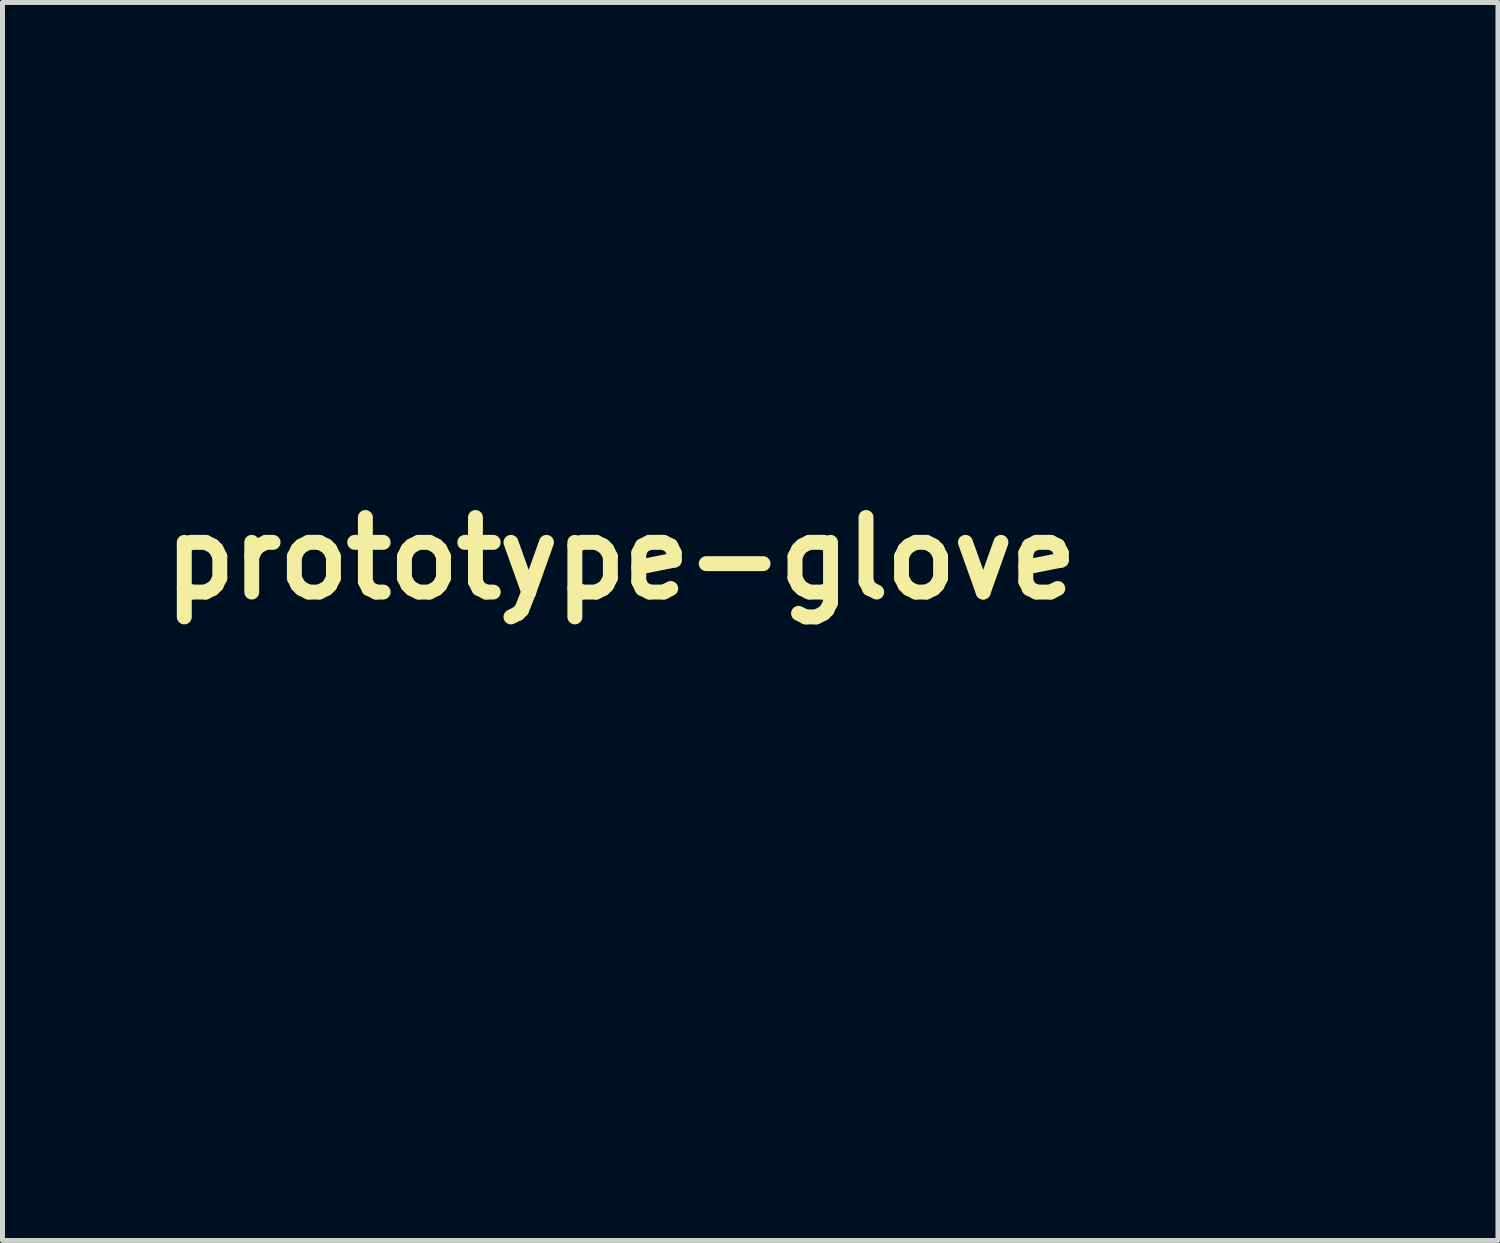
<source format=kicad_pcb>
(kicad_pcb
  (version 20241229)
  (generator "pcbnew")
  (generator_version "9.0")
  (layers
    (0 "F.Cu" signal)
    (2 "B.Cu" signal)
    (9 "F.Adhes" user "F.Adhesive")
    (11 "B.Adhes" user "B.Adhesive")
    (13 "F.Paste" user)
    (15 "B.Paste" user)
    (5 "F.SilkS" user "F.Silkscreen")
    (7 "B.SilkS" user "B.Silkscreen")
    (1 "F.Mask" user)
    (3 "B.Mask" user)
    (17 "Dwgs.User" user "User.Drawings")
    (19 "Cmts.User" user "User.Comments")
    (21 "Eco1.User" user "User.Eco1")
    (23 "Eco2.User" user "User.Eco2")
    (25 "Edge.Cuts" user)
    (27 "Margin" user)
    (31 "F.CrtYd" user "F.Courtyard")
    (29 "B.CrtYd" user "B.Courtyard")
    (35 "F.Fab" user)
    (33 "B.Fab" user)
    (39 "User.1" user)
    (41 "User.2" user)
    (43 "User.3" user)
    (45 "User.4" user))
  (footprint "prototype-glove"
    (layer "F.Cu")
    (at 15.043 9.582)
    (property "Reference" "prototype-glove" (at -5.6 -1.4 0) (layer "F.SilkS") (effects (font (size 1.5 1.5) (thickness 0.3))))
    (attr board_only exclude_from_pos_files exclude_from_bom)
    (fp_poly (pts (xy 1.008 -9.574) (xy 1.07 -9.554) (xy 1.16 -9.524) (xy 1.27 -9.485) (xy 1.369 -9.45) (xy 1.505 -9.401) (xy 1.604 -9.363) (xy 1.673 -9.334) (xy 1.716 -9.31) (xy 1.741 -9.288) (xy 1.752 -9.266) (xy 1.753 -9.265) (xy 1.757 -9.237) (xy 1.766 -9.167) (xy 1.78 -9.057) (xy 1.799 -8.91) (xy 1.821 -8.727) (xy 1.848 -8.512) (xy 1.878 -8.266) (xy 1.911 -7.992) (xy 1.947 -7.692) (xy 1.986 -7.369) (xy 2.027 -7.024) (xy 2.071 -6.661) (xy 2.116 -6.282) (xy 2.163 -5.888) (xy 2.211 -5.483) (xy 2.212 -5.475) (xy 2.26 -5.07) (xy 2.306 -4.678) (xy 2.352 -4.299) (xy 2.395 -3.938) (xy 2.436 -3.595) (xy 2.475 -3.274) (xy 2.511 -2.977) (xy 2.544 -2.705) (xy 2.574 -2.462) (xy 2.6 -2.249) (xy 2.622 -2.069) (xy 2.641 -1.924) (xy 2.654 -1.817) (xy 2.664 -1.75) (xy 2.668 -1.725) (xy 2.668 -1.725) (xy 2.692 -1.721) (xy 2.753 -1.715) (xy 2.846 -1.707) (xy 2.962 -1.698) (xy 3.095 -1.689) (xy 3.238 -1.68) (xy 3.385 -1.671) (xy 3.527 -1.662) (xy 3.659 -1.655) (xy 3.773 -1.649) (xy 3.862 -1.645) (xy 3.92 -1.644) (xy 3.939 -1.645) (xy 3.941 -1.668) (xy 3.944 -1.732) (xy 3.948 -1.836) (xy 3.953 -1.974) (xy 3.96 -2.145) (xy 3.967 -2.344) (xy 3.975 -2.57) (xy 3.984 -2.818) (xy 3.993 -3.085) (xy 4.003 -3.369) (xy 4.013 -3.666) (xy 4.023 -3.973) (xy 4.034 -4.286) (xy 4.045 -4.603) (xy 4.055 -4.921) (xy 4.066 -5.236) (xy 4.076 -5.544) (xy 4.086 -5.844) (xy 4.096 -6.132) (xy 4.105 -6.404) (xy 4.113 -6.657) (xy 4.12 -6.889) (xy 4.127 -7.096) (xy 4.132 -7.274) (xy 4.137 -7.421) (xy 4.14 -7.534) (xy 4.142 -7.609) (xy 4.142 -7.644) (xy 4.142 -7.646) (xy 4.122 -7.636) (xy 4.068 -7.603) (xy 3.984 -7.551) (xy 3.874 -7.482) (xy 3.74 -7.397) (xy 3.588 -7.3) (xy 3.42 -7.193) (xy 3.245 -7.08) (xy 3.065 -6.964) (xy 2.896 -6.855) (xy 2.742 -6.756) (xy 2.606 -6.669) (xy 2.493 -6.597) (xy 2.406 -6.543) (xy 2.35 -6.508) (xy 2.328 -6.495) (xy 2.315 -6.503) (xy 2.299 -6.539) (xy 2.278 -6.607) (xy 2.252 -6.709) (xy 2.219 -6.849) (xy 2.19 -6.98) (xy 2.16 -7.123) (xy 2.135 -7.252) (xy 2.116 -7.359) (xy 2.104 -7.439) (xy 2.1 -7.485) (xy 2.101 -7.493) (xy 2.122 -7.509) (xy 2.175 -7.55) (xy 2.258 -7.614) (xy 2.367 -7.697) (xy 2.498 -7.799) (xy 2.65 -7.915) (xy 2.818 -8.044) (xy 3 -8.183) (xy 3.183 -8.323) (xy 4.245 -9.137) (xy 4.72 -9.064) (xy 4.861 -9.042) (xy 4.987 -9.021) (xy 5.092 -9.002) (xy 5.168 -8.987) (xy 5.209 -8.977) (xy 5.213 -8.974) (xy 5.216 -8.95) (xy 5.217 -8.884) (xy 5.217 -8.779) (xy 5.216 -8.638) (xy 5.214 -8.464) (xy 5.212 -8.261) (xy 5.208 -8.031) (xy 5.204 -7.777) (xy 5.2 -7.502) (xy 5.194 -7.21) (xy 5.189 -6.903) (xy 5.182 -6.584) (xy 5.176 -6.257) (xy 5.169 -5.924) (xy 5.162 -5.588) (xy 5.154 -5.253) (xy 5.147 -4.921) (xy 5.139 -4.595) (xy 5.132 -4.279) (xy 5.124 -3.976) (xy 5.117 -3.687) (xy 5.11 -3.418) (xy 5.103 -3.17) (xy 5.096 -2.946) (xy 5.09 -2.75) (xy 5.084 -2.584) (xy 5.08 -2.483) (xy 5.072 -2.296) (xy 5.065 -2.122) (xy 5.059 -1.969) (xy 5.055 -1.84) (xy 5.052 -1.74) (xy 5.051 -1.675) (xy 5.052 -1.65) (xy 5.052 -1.65) (xy 5.076 -1.647) (xy 5.138 -1.643) (xy 5.232 -1.638) (xy 5.351 -1.633) (xy 5.489 -1.628) (xy 5.638 -1.622) (xy 5.793 -1.617) (xy 5.947 -1.612) (xy 6.093 -1.608) (xy 6.225 -1.605) (xy 6.336 -1.602) (xy 6.419 -1.601) (xy 6.469 -1.602) (xy 6.479 -1.603) (xy 6.481 -1.627) (xy 6.48 -1.69) (xy 6.477 -1.788) (xy 6.473 -1.915) (xy 6.467 -2.066) (xy 6.46 -2.235) (xy 6.453 -2.372) (xy 6.417 -3.131) (xy 6.986 -4.443) (xy 7.085 -4.672) (xy 7.178 -4.888) (xy 7.263 -5.088) (xy 7.34 -5.268) (xy 7.406 -5.426) (xy 7.461 -5.558) (xy 7.502 -5.659) (xy 7.529 -5.728) (xy 7.54 -5.76) (xy 7.54 -5.762) (xy 7.516 -5.756) (xy 7.454 -5.737) (xy 7.36 -5.707) (xy 7.237 -5.667) (xy 7.091 -5.619) (xy 6.927 -5.564) (xy 6.748 -5.503) (xy 6.736 -5.499) (xy 5.948 -5.231) (xy 5.767 -5.692) (xy 5.714 -5.827) (xy 5.668 -5.949) (xy 5.631 -6.05) (xy 5.605 -6.126) (xy 5.593 -6.168) (xy 5.592 -6.175) (xy 5.614 -6.187) (xy 5.674 -6.213) (xy 5.77 -6.252) (xy 5.897 -6.302) (xy 6.052 -6.363) (xy 6.231 -6.433) (xy 6.432 -6.51) (xy 6.65 -6.594) (xy 6.883 -6.683) (xy 6.993 -6.724) (xy 8.387 -7.252) (xy 8.709 -7.056) (xy 8.816 -6.991) (xy 8.909 -6.935) (xy 8.981 -6.891) (xy 9.025 -6.863) (xy 9.037 -6.856) (xy 9.03 -6.835) (xy 9.006 -6.775) (xy 8.967 -6.68) (xy 8.914 -6.553) (xy 8.849 -6.395) (xy 8.772 -6.211) (xy 8.685 -6.002) (xy 8.589 -5.773) (xy 8.485 -5.525) (xy 8.375 -5.261) (xy 8.259 -4.986) (xy 8.238 -4.934) (xy 7.432 -3.018) (xy 7.417 -2.297) (xy 7.402 -1.576) (xy 7.65 -1.56) (xy 7.75 -1.552) (xy 7.83 -1.543) (xy 7.883 -1.535) (xy 7.898 -1.529) (xy 7.9 -1.505) (xy 7.904 -1.439) (xy 7.91 -1.337) (xy 7.918 -1.2) (xy 7.927 -1.034) (xy 7.939 -0.841) (xy 7.951 -0.626) (xy 7.965 -0.392) (xy 7.98 -0.143) (xy 7.988 -0.011) (xy 8.003 0.251) (xy 8.018 0.506) (xy 8.032 0.749) (xy 8.044 0.975) (xy 8.054 1.18) (xy 8.063 1.359) (xy 8.07 1.508) (xy 8.075 1.624) (xy 8.077 1.7) (xy 8.078 1.717) (xy 8.078 1.942) (xy 7.994 1.937) (xy 7.949 1.935) (xy 7.865 1.932) (xy 7.742 1.928) (xy 7.584 1.924) (xy 7.394 1.918) (xy 7.174 1.913) (xy 6.927 1.906) (xy 6.657 1.899) (xy 6.365 1.892) (xy 6.055 1.884) (xy 5.729 1.876) (xy 5.39 1.868) (xy 5.041 1.86) (xy 4.685 1.851) (xy 4.324 1.842) (xy 3.961 1.834) (xy 3.6 1.825) (xy 3.242 1.817) (xy 2.891 1.809) (xy 2.549 1.801) (xy 2.22 1.794) (xy 1.905 1.787) (xy 1.608 1.78) (xy 1.332 1.774) (xy 1.079 1.769) (xy 0.852 1.764) (xy 0.654 1.76) (xy 0.487 1.757) (xy 0.355 1.754) (xy 0.26 1.753) (xy 0.205 1.752) (xy 0.192 1.753) (xy 0.191 1.776) (xy 0.19 1.842) (xy 0.19 1.948) (xy 0.19 2.091) (xy 0.191 2.27) (xy 0.192 2.482) (xy 0.194 2.725) (xy 0.196 2.995) (xy 0.198 3.291) (xy 0.201 3.611) (xy 0.204 3.951) (xy 0.207 4.31) (xy 0.21 4.685) (xy 0.214 5.074) (xy 0.217 5.325) (xy 0.221 5.722) (xy 0.225 6.106) (xy 0.228 6.475) (xy 0.231 6.827) (xy 0.234 7.16) (xy 0.237 7.471) (xy 0.239 7.758) (xy 0.24 8.019) (xy 0.242 8.25) (xy 0.243 8.45) (xy 0.244 8.616) (xy 0.244 8.746) (xy 0.243 8.838) (xy 0.243 8.888) (xy 0.242 8.898) (xy 0.218 8.902) (xy 0.154 8.909) (xy 0.053 8.919) (xy -0.079 8.932) (xy -0.239 8.946) (xy -0.423 8.963) (xy -0.625 8.98) (xy -0.842 8.998) (xy -0.892 9.003) (xy -2.014 9.096) (xy -3.09 8.598) (xy -3.296 8.503) (xy -3.491 8.414) (xy -3.669 8.332) (xy -3.828 8.26) (xy -3.963 8.2) (xy -4.071 8.152) (xy -4.148 8.119) (xy -4.189 8.102) (xy -4.196 8.1) (xy -4.219 8.106) (xy -4.283 8.124) (xy -4.382 8.151) (xy -4.513 8.188) (xy -4.674 8.234) (xy -4.86 8.287) (xy -5.068 8.345) (xy -5.294 8.41) (xy -5.534 8.478) (xy -5.786 8.55) (xy -6.045 8.624) (xy -6.308 8.699) (xy -6.571 8.774) (xy -6.831 8.849) (xy -7.085 8.921) (xy -7.328 8.991) (xy -7.557 9.057) (xy -7.769 9.118) (xy -7.96 9.173) (xy -8.126 9.221) (xy -8.264 9.261) (xy -8.371 9.292) (xy -8.442 9.313) (xy -8.472 9.322) (xy -8.492 9.307) (xy -8.526 9.26) (xy -8.567 9.189) (xy -8.589 9.147) (xy -8.627 9.073) (xy -8.681 8.968) (xy -8.747 8.84) (xy -8.82 8.698) (xy -8.896 8.552) (xy -8.928 8.491) (xy -9.174 8.018) (xy -7.93 6.486) (xy -7.745 6.258) (xy -7.569 6.04) (xy -7.403 5.835) (xy -7.249 5.644) (xy -7.109 5.471) (xy -6.986 5.319) (xy -6.881 5.189) (xy -6.797 5.084) (xy -6.735 5.006) (xy -6.698 4.959) (xy -6.687 4.944) (xy -6.701 4.942) (xy -6.703 4.943) (xy -6.727 4.956) (xy -6.784 4.988) (xy -6.872 5.035) (xy -6.984 5.097) (xy -7.116 5.169) (xy -7.264 5.249) (xy -7.348 5.295) (xy -7.506 5.381) (xy -7.654 5.462) (xy -7.788 5.535) (xy -7.901 5.596) (xy -7.989 5.644) (xy -8.045 5.675) (xy -8.059 5.682) (xy -8.141 5.728) (xy -8.536 5.485) (xy -8.654 5.411) (xy -8.758 5.345) (xy -8.843 5.289) (xy -8.902 5.247) (xy -8.929 5.224) (xy -8.93 5.221) (xy -8.924 5.197) (xy -8.906 5.134) (xy -8.878 5.035) (xy -8.841 4.906) (xy -8.795 4.748) (xy -8.742 4.567) (xy -8.684 4.367) (xy -8.62 4.15) (xy -8.553 3.921) (xy -8.483 3.684) (xy -8.412 3.443) (xy -8.341 3.201) (xy -8.271 2.962) (xy -8.203 2.731) (xy -8.137 2.51) (xy -8.076 2.304) (xy -8.021 2.118) (xy -7.972 1.953) (xy -7.931 1.815) (xy -7.898 1.708) (xy -7.876 1.635) (xy -7.865 1.599) (xy -7.864 1.596) (xy -7.843 1.605) (xy -7.79 1.632) (xy -7.71 1.675) (xy -7.609 1.73) (xy -7.493 1.793) (xy -7.368 1.862) (xy -7.241 1.933) (xy -7.117 2.002) (xy -7.002 2.067) (xy -6.903 2.124) (xy -6.825 2.169) (xy -6.807 2.179) (xy -6.737 2.221) (xy -7.06 3.209) (xy -7.125 3.41) (xy -7.186 3.598) (xy -7.242 3.769) (xy -7.29 3.917) (xy -7.329 4.04) (xy -7.359 4.133) (xy -7.377 4.19) (xy -7.382 4.209) (xy -7.363 4.202) (xy -7.308 4.177) (xy -7.222 4.136) (xy -7.109 4.08) (xy -6.974 4.013) (xy -6.82 3.936) (xy -6.653 3.851) (xy -6.629 3.839) (xy -5.876 3.456) (xy -5.137 3.82) (xy -4.398 4.185) (xy -5.745 5.843) (xy -5.937 6.08) (xy -6.121 6.307) (xy -6.295 6.522) (xy -6.456 6.722) (xy -6.604 6.905) (xy -6.735 7.068) (xy -6.849 7.209) (xy -6.942 7.326) (xy -7.014 7.416) (xy -7.061 7.476) (xy -7.083 7.505) (xy -7.085 7.508) (xy -7.063 7.502) (xy -7.002 7.484) (xy -6.905 7.454) (xy -6.777 7.413) (xy -6.62 7.363) (xy -6.439 7.305) (xy -6.236 7.24) (xy -6.015 7.169) (xy -5.781 7.093) (xy -5.699 7.066) (xy -5.457 6.988) (xy -5.226 6.914) (xy -5.01 6.844) (xy -4.812 6.78) (xy -4.636 6.724) (xy -4.486 6.676) (xy -4.366 6.638) (xy -4.28 6.611) (xy -4.232 6.596) (xy -4.226 6.595) (xy -4.205 6.59) (xy -4.184 6.587) (xy -4.16 6.588) (xy -4.128 6.594) (xy -4.086 6.607) (xy -4.03 6.628) (xy -3.957 6.659) (xy -3.863 6.7) (xy -3.745 6.754) (xy -3.598 6.821) (xy -3.421 6.904) (xy -3.209 7.003) (xy -3.028 7.088) (xy -2.768 7.21) (xy -2.547 7.312) (xy -2.36 7.398) (xy -2.206 7.467) (xy -2.083 7.52) (xy -1.987 7.56) (xy -1.916 7.586) (xy -1.868 7.601) (xy -1.842 7.605) (xy -1.789 7.601) (xy -1.702 7.592) (xy -1.596 7.58) (xy -1.481 7.565) (xy -1.2 7.527) (xy -1.206 3.534) (xy -1.206 3.102) (xy -1.207 2.676) (xy -1.208 2.258) (xy -1.209 1.851) (xy -1.21 1.457) (xy -1.211 1.081) (xy -1.213 0.723) (xy -1.214 0.387) (xy -1.215 0.076) (xy -1.217 -0.207) (xy -1.218 -0.46) (xy -1.22 -0.679) (xy -1.221 -0.863) (xy -1.223 -1.008) (xy -1.224 -1.111) (xy -1.225 -1.128) (xy -1.238 -1.795) (xy -1.001 -1.795) (xy -0.903 -1.796) (xy -0.825 -1.798) (xy -0.776 -1.802) (xy -0.763 -1.805) (xy -0.77 -1.828) (xy -0.791 -1.891) (xy -0.824 -1.989) (xy -0.87 -2.121) (xy -0.925 -2.283) (xy -0.99 -2.471) (xy -1.063 -2.683) (xy -1.143 -2.915) (xy -1.23 -3.165) (xy -1.321 -3.429) (xy -1.417 -3.705) (xy -1.515 -3.988) (xy -1.615 -4.277) (xy -1.716 -4.567) (xy -1.816 -4.856) (xy -1.915 -5.141) (xy -2.012 -5.418) (xy -2.105 -5.685) (xy -2.193 -5.938) (xy -2.275 -6.174) (xy -2.351 -6.39) (xy -2.418 -6.583) (xy -2.477 -6.75) (xy -2.525 -6.888) (xy -2.563 -6.993) (xy -2.588 -7.063) (xy -2.599 -7.094) (xy -2.6 -7.095) (xy -2.616 -7.081) (xy -2.654 -7.034) (xy -2.713 -6.958) (xy -2.79 -6.856) (xy -2.88 -6.733) (xy -2.983 -6.592) (xy -3.094 -6.437) (xy -3.134 -6.381) (xy -3.654 -5.651) (xy -3.93 -5.969) (xy -4.018 -6.07) (xy -4.095 -6.159) (xy -4.156 -6.232) (xy -4.197 -6.282) (xy -4.214 -6.304) (xy -4.214 -6.304) (xy -4.205 -6.326) (xy -4.178 -6.384) (xy -4.136 -6.474) (xy -4.079 -6.592) (xy -4.011 -6.734) (xy -3.932 -6.895) (xy -3.846 -7.073) (xy -3.753 -7.263) (xy -3.657 -7.46) (xy -3.559 -7.66) (xy -3.461 -7.86) (xy -3.364 -8.056) (xy -3.272 -8.243) (xy -3.186 -8.418) (xy -3.108 -8.575) (xy -3.039 -8.712) (xy -2.983 -8.824) (xy -2.941 -8.907) (xy -2.914 -8.957) (xy -2.906 -8.971) (xy -2.882 -8.972) (xy -2.822 -8.97) (xy -2.734 -8.964) (xy -2.628 -8.956) (xy -2.513 -8.946) (xy -2.396 -8.936) (xy -2.288 -8.926) (xy -2.196 -8.916) (xy -2.129 -8.907) (xy -2.096 -8.901) (xy -2.094 -8.9) (xy -2.086 -8.878) (xy -2.063 -8.816) (xy -2.028 -8.716) (xy -1.979 -8.58) (xy -1.92 -8.411) (xy -1.849 -8.21) (xy -1.768 -7.98) (xy -1.677 -7.723) (xy -1.578 -7.441) (xy -1.472 -7.137) (xy -1.358 -6.812) (xy -1.237 -6.469) (xy -1.111 -6.11) (xy -0.981 -5.737) (xy -0.846 -5.352) (xy -0.837 -5.326) (xy -0.702 -4.941) (xy -0.572 -4.567) (xy -0.446 -4.207) (xy -0.325 -3.863) (xy -0.211 -3.537) (xy -0.104 -3.232) (xy -0.005 -2.948) (xy 0.086 -2.69) (xy 0.167 -2.459) (xy 0.238 -2.256) (xy 0.298 -2.085) (xy 0.346 -1.947) (xy 0.382 -1.845) (xy 0.405 -1.781) (xy 0.414 -1.756) (xy 0.414 -1.756) (xy 0.437 -1.754) (xy 0.497 -1.75) (xy 0.587 -1.745) (xy 0.699 -1.74) (xy 0.826 -1.735) (xy 0.961 -1.73) (xy 1.095 -1.726) (xy 1.222 -1.722) (xy 1.333 -1.718) (xy 1.421 -1.716) (xy 1.479 -1.716) (xy 1.5 -1.717) (xy 1.498 -1.74) (xy 1.491 -1.804) (xy 1.48 -1.907) (xy 1.464 -2.044) (xy 1.444 -2.214) (xy 1.42 -2.412) (xy 1.393 -2.636) (xy 1.363 -2.883) (xy 1.33 -3.149) (xy 1.296 -3.432) (xy 1.259 -3.727) (xy 1.222 -4.033) (xy 1.183 -4.346) (xy 1.144 -4.662) (xy 1.105 -4.979) (xy 1.066 -5.293) (xy 1.027 -5.602) (xy 0.99 -5.902) (xy 0.954 -6.19) (xy 0.92 -6.463) (xy 0.887 -6.718) (xy 0.858 -6.952) (xy 0.831 -7.161) (xy 0.808 -7.343) (xy 0.788 -7.494) (xy 0.773 -7.611) (xy 0.762 -7.691) (xy 0.756 -7.73) (xy 0.755 -7.734) (xy 0.735 -7.724) (xy 0.683 -7.69) (xy 0.603 -7.634) (xy 0.499 -7.56) (xy 0.375 -7.471) (xy 0.235 -7.369) (xy 0.083 -7.257) (xy 0.057 -7.238) (xy -0.097 -7.124) (xy -0.241 -7.019) (xy -0.369 -6.926) (xy -0.478 -6.847) (xy -0.564 -6.785) (xy -0.622 -6.744) (xy -0.649 -6.726) (xy -0.651 -6.726) (xy -0.67 -6.74) (xy -0.712 -6.783) (xy -0.773 -6.847) (xy -0.845 -6.926) (xy -0.925 -7.015) (xy -1.006 -7.106) (xy -1.082 -7.194) (xy -1.148 -7.272) (xy -1.199 -7.334) (xy -1.229 -7.373) (xy -1.234 -7.383) (xy -1.218 -7.402) (xy -1.174 -7.449) (xy -1.104 -7.521) (xy -1.012 -7.615) (xy -0.899 -7.728) (xy -0.771 -7.857) (xy -0.63 -7.998) (xy -0.478 -8.15) (xy -0.32 -8.308) (xy -0.157 -8.469) (xy 0.005 -8.63) (xy 0.165 -8.789) (xy 0.32 -8.941) (xy 0.466 -9.085) (xy 0.599 -9.216) (xy 0.718 -9.332) (xy 0.818 -9.429) (xy 0.897 -9.505) (xy 0.951 -9.557) (xy 0.978 -9.58) (xy 0.98 -9.581)) (stroke (width 0) (type solid)) (fill yes) (layer "F.Mask"))
    (fp_poly (pts (xy 1.011 -9.575) (xy 1.074 -9.555) (xy 1.164 -9.524) (xy 1.274 -9.486) (xy 1.373 -9.451) (xy 1.509 -9.402) (xy 1.608 -9.364) (xy 1.676 -9.334) (xy 1.72 -9.31) (xy 1.745 -9.289) (xy 1.756 -9.267) (xy 1.756 -9.266) (xy 1.761 -9.238) (xy 1.77 -9.168) (xy 1.784 -9.058) (xy 1.803 -8.91) (xy 1.825 -8.728) (xy 1.852 -8.512) (xy 1.881 -8.266) (xy 1.915 -7.992) (xy 1.951 -7.693) (xy 1.99 -7.369) (xy 2.031 -7.025) (xy 2.074 -6.662) (xy 2.12 -6.282) (xy 2.166 -5.889) (xy 2.215 -5.484) (xy 2.215 -5.476) (xy 2.264 -5.071) (xy 2.31 -4.678) (xy 2.355 -4.3) (xy 2.399 -3.939) (xy 2.44 -3.596) (xy 2.479 -3.275) (xy 2.515 -2.977) (xy 2.548 -2.706) (xy 2.577 -2.462) (xy 2.604 -2.249) (xy 2.626 -2.07) (xy 2.644 -1.925) (xy 2.658 -1.818) (xy 2.667 -1.75) (xy 2.672 -1.725) (xy 2.672 -1.725) (xy 2.696 -1.721) (xy 2.757 -1.715) (xy 2.85 -1.708) (xy 2.966 -1.699) (xy 3.099 -1.69) (xy 3.242 -1.681) (xy 3.388 -1.671) (xy 3.531 -1.663) (xy 3.663 -1.655) (xy 3.777 -1.65) (xy 3.866 -1.646) (xy 3.924 -1.644) (xy 3.943 -1.645) (xy 3.945 -1.668) (xy 3.948 -1.733) (xy 3.952 -1.836) (xy 3.957 -1.975) (xy 3.963 -2.145) (xy 3.971 -2.345) (xy 3.979 -2.57) (xy 3.987 -2.818) (xy 3.997 -3.086) (xy 4.006 -3.37) (xy 4.017 -3.666) (xy 4.027 -3.973) (xy 4.038 -4.287) (xy 4.049 -4.604) (xy 4.059 -4.921) (xy 4.07 -5.236) (xy 4.08 -5.545) (xy 4.09 -5.845) (xy 4.099 -6.132) (xy 4.108 -6.404) (xy 4.116 -6.658) (xy 4.124 -6.889) (xy 4.13 -7.096) (xy 4.136 -7.275) (xy 4.14 -7.422) (xy 4.143 -7.535) (xy 4.145 -7.61) (xy 4.146 -7.644) (xy 4.146 -7.646) (xy 4.126 -7.636) (xy 4.072 -7.604) (xy 3.988 -7.552) (xy 3.877 -7.483) (xy 3.744 -7.398) (xy 3.592 -7.301) (xy 3.424 -7.193) (xy 3.249 -7.081) (xy 3.069 -6.964) (xy 2.9 -6.856) (xy 2.746 -6.757) (xy 2.61 -6.67) (xy 2.497 -6.598) (xy 2.41 -6.543) (xy 2.354 -6.508) (xy 2.331 -6.495) (xy 2.319 -6.504) (xy 2.302 -6.54) (xy 2.282 -6.607) (xy 2.256 -6.709) (xy 2.223 -6.85) (xy 2.194 -6.981) (xy 2.164 -7.124) (xy 2.139 -7.253) (xy 2.119 -7.36) (xy 2.107 -7.44) (xy 2.103 -7.485) (xy 2.105 -7.494) (xy 2.126 -7.51) (xy 2.179 -7.551) (xy 2.262 -7.615) (xy 2.37 -7.698) (xy 2.502 -7.799) (xy 2.654 -7.916) (xy 2.822 -8.045) (xy 3.003 -8.184) (xy 3.186 -8.324) (xy 4.249 -9.138) (xy 4.723 -9.065) (xy 4.865 -9.043) (xy 4.991 -9.021) (xy 5.096 -9.003) (xy 5.172 -8.988) (xy 5.212 -8.977) (xy 5.217 -8.975) (xy 5.219 -8.951) (xy 5.22 -8.885) (xy 5.221 -8.78) (xy 5.22 -8.639) (xy 5.218 -8.465) (xy 5.215 -8.262) (xy 5.212 -8.031) (xy 5.208 -7.778) (xy 5.203 -7.503) (xy 5.198 -7.211) (xy 5.192 -6.903) (xy 5.186 -6.585) (xy 5.18 -6.257) (xy 5.173 -5.924) (xy 5.166 -5.589) (xy 5.158 -5.253) (xy 5.151 -4.921) (xy 5.143 -4.596) (xy 5.136 -4.28) (xy 5.128 -3.976) (xy 5.121 -3.688) (xy 5.113 -3.418) (xy 5.106 -3.17) (xy 5.1 -2.947) (xy 5.093 -2.75) (xy 5.088 -2.585) (xy 5.083 -2.484) (xy 5.076 -2.296) (xy 5.069 -2.123) (xy 5.063 -1.969) (xy 5.059 -1.84) (xy 5.056 -1.741) (xy 5.055 -1.676) (xy 5.056 -1.651) (xy 5.056 -1.651) (xy 5.08 -1.648) (xy 5.142 -1.644) (xy 5.236 -1.639) (xy 5.355 -1.634) (xy 5.492 -1.628) (xy 5.642 -1.623) (xy 5.797 -1.618) (xy 5.951 -1.613) (xy 6.097 -1.609) (xy 6.228 -1.605) (xy 6.339 -1.603) (xy 6.423 -1.602) (xy 6.472 -1.602) (xy 6.483 -1.604) (xy 6.484 -1.627) (xy 6.484 -1.691) (xy 6.481 -1.789) (xy 6.477 -1.916) (xy 6.471 -2.066) (xy 6.463 -2.236) (xy 6.457 -2.373) (xy 6.421 -3.132) (xy 6.99 -4.444) (xy 7.089 -4.672) (xy 7.181 -4.888) (xy 7.267 -5.088) (xy 7.343 -5.269) (xy 7.41 -5.427) (xy 7.464 -5.558) (xy 7.506 -5.66) (xy 7.533 -5.729) (xy 7.543 -5.76) (xy 7.543 -5.762) (xy 7.519 -5.757) (xy 7.458 -5.738) (xy 7.363 -5.708) (xy 7.241 -5.668) (xy 7.095 -5.62) (xy 6.93 -5.564) (xy 6.752 -5.504) (xy 6.74 -5.5) (xy 5.952 -5.231) (xy 5.77 -5.693) (xy 5.718 -5.828) (xy 5.672 -5.949) (xy 5.635 -6.051) (xy 5.609 -6.126) (xy 5.597 -6.169) (xy 5.596 -6.176) (xy 5.618 -6.187) (xy 5.678 -6.213) (xy 5.773 -6.252) (xy 5.9 -6.303) (xy 6.055 -6.364) (xy 6.235 -6.434) (xy 6.436 -6.511) (xy 6.654 -6.595) (xy 6.887 -6.683) (xy 6.997 -6.725) (xy 8.391 -7.252) (xy 8.713 -7.057) (xy 8.82 -6.992) (xy 8.912 -6.936) (xy 8.984 -6.892) (xy 9.029 -6.864) (xy 9.041 -6.856) (xy 9.033 -6.835) (xy 9.009 -6.776) (xy 8.971 -6.681) (xy 8.918 -6.553) (xy 8.853 -6.396) (xy 8.776 -6.211) (xy 8.689 -6.003) (xy 8.593 -5.773) (xy 8.489 -5.525) (xy 8.379 -5.262) (xy 8.263 -4.986) (xy 8.241 -4.935) (xy 7.436 -3.019) (xy 7.421 -2.297) (xy 7.406 -1.576) (xy 7.654 -1.56) (xy 7.753 -1.552) (xy 7.834 -1.544) (xy 7.886 -1.536) (xy 7.902 -1.53) (xy 7.903 -1.505) (xy 7.907 -1.44) (xy 7.913 -1.337) (xy 7.921 -1.201) (xy 7.931 -1.034) (xy 7.942 -0.842) (xy 7.955 -0.627) (xy 7.969 -0.392) (xy 7.984 -0.143) (xy 7.992 -0.012) (xy 8.007 0.251) (xy 8.022 0.506) (xy 8.035 0.748) (xy 8.047 0.974) (xy 8.058 1.179) (xy 8.067 1.358) (xy 8.074 1.508) (xy 8.079 1.623) (xy 8.081 1.699) (xy 8.081 1.716) (xy 8.081 1.941) (xy 7.997 1.936) (xy 7.953 1.934) (xy 7.868 1.931) (xy 7.746 1.927) (xy 7.588 1.923) (xy 7.397 1.918) (xy 7.178 1.912) (xy 6.931 1.906) (xy 6.66 1.899) (xy 6.369 1.891) (xy 6.058 1.884) (xy 5.732 1.876) (xy 5.394 1.867) (xy 5.045 1.859) (xy 4.688 1.85) (xy 4.328 1.842) (xy 3.965 1.833) (xy 3.604 1.825) (xy 3.246 1.816) (xy 2.895 1.808) (xy 2.553 1.8) (xy 2.224 1.793) (xy 1.909 1.786) (xy 1.612 1.779) (xy 1.336 1.773) (xy 1.083 1.768) (xy 0.856 1.763) (xy 0.657 1.759) (xy 0.491 1.756) (xy 0.359 1.754) (xy 0.264 1.752) (xy 0.209 1.752) (xy 0.196 1.752) (xy 0.195 1.775) (xy 0.194 1.841) (xy 0.194 1.947) (xy 0.194 2.091) (xy 0.195 2.27) (xy 0.196 2.482) (xy 0.198 2.724) (xy 0.199 2.994) (xy 0.202 3.29) (xy 0.204 3.61) (xy 0.207 3.95) (xy 0.211 4.309) (xy 0.214 4.684) (xy 0.218 5.073) (xy 0.221 5.325) (xy 0.225 5.721) (xy 0.228 6.105) (xy 0.232 6.474) (xy 0.235 6.827) (xy 0.238 7.16) (xy 0.24 7.471) (xy 0.242 7.758) (xy 0.244 8.018) (xy 0.246 8.249) (xy 0.247 8.449) (xy 0.247 8.616) (xy 0.247 8.746) (xy 0.247 8.837) (xy 0.246 8.887) (xy 0.246 8.897) (xy 0.222 8.901) (xy 0.157 8.908) (xy 0.057 8.919) (xy -0.076 8.931) (xy -0.236 8.946) (xy -0.419 8.962) (xy -0.621 8.979) (xy -0.838 8.998) (xy -0.888 9.002) (xy -2.011 9.095) (xy -3.087 8.597) (xy -3.293 8.502) (xy -3.487 8.413) (xy -3.665 8.332) (xy -3.824 8.26) (xy -3.96 8.199) (xy -4.068 8.151) (xy -4.144 8.118) (xy -4.186 8.101) (xy -4.192 8.1) (xy -4.215 8.106) (xy -4.279 8.123) (xy -4.378 8.151) (xy -4.51 8.188) (xy -4.67 8.233) (xy -4.856 8.286) (xy -5.064 8.345) (xy -5.29 8.409) (xy -5.53 8.478) (xy -5.782 8.549) (xy -6.041 8.623) (xy -6.304 8.698) (xy -6.567 8.774) (xy -6.827 8.848) (xy -7.081 8.921) (xy -7.324 8.99) (xy -7.553 9.056) (xy -7.765 9.117) (xy -7.956 9.172) (xy -8.122 9.22) (xy -8.26 9.26) (xy -8.367 9.291) (xy -8.438 9.312) (xy -8.468 9.321) (xy -8.488 9.306) (xy -8.522 9.259) (xy -8.563 9.188) (xy -8.585 9.146) (xy -8.623 9.072) (xy -8.677 8.967) (xy -8.743 8.839) (xy -8.816 8.698) (xy -8.892 8.551) (xy -8.924 8.49) (xy -9.171 8.017) (xy -7.927 6.485) (xy -7.742 6.257) (xy -7.565 6.039) (xy -7.399 5.834) (xy -7.245 5.644) (xy -7.105 5.471) (xy -6.982 5.318) (xy -6.877 5.188) (xy -6.793 5.083) (xy -6.731 5.005) (xy -6.694 4.958) (xy -6.683 4.943) (xy -6.697 4.941) (xy -6.7 4.943) (xy -6.723 4.956) (xy -6.781 4.987) (xy -6.868 5.035) (xy -6.98 5.096) (xy -7.113 5.168) (xy -7.26 5.249) (xy -7.345 5.295) (xy -7.502 5.38) (xy -7.651 5.461) (xy -7.784 5.534) (xy -7.898 5.596) (xy -7.985 5.643) (xy -8.041 5.674) (xy -8.055 5.682) (xy -8.137 5.727) (xy -8.532 5.485) (xy -8.65 5.411) (xy -8.755 5.344) (xy -8.839 5.288) (xy -8.898 5.247) (xy -8.925 5.223) (xy -8.927 5.221) (xy -8.92 5.197) (xy -8.903 5.133) (xy -8.875 5.035) (xy -8.837 4.905) (xy -8.791 4.748) (xy -8.739 4.567) (xy -8.68 4.366) (xy -8.616 4.149) (xy -8.549 3.92) (xy -8.48 3.683) (xy -8.409 3.442) (xy -8.337 3.2) (xy -8.267 2.961) (xy -8.199 2.73) (xy -8.134 2.509) (xy -8.073 2.304) (xy -8.017 2.117) (xy -7.968 1.953) (xy -7.927 1.815) (xy -7.895 1.707) (xy -7.872 1.634) (xy -7.861 1.598) (xy -7.86 1.596) (xy -7.84 1.604) (xy -7.786 1.632) (xy -7.706 1.675) (xy -7.605 1.729) (xy -7.489 1.793) (xy -7.365 1.862) (xy -7.237 1.932) (xy -7.113 2.002) (xy -6.998 2.066) (xy -6.899 2.123) (xy -6.821 2.168) (xy -6.804 2.179) (xy -6.734 2.221) (xy -7.056 3.208) (xy -7.122 3.41) (xy -7.183 3.598) (xy -7.238 3.768) (xy -7.286 3.917) (xy -7.325 4.04) (xy -7.355 4.132) (xy -7.373 4.19) (xy -7.378 4.209) (xy -7.359 4.202) (xy -7.304 4.177) (xy -7.218 4.135) (xy -7.105 4.08) (xy -6.97 4.012) (xy -6.816 3.935) (xy -6.649 3.85) (xy -6.625 3.838) (xy -5.872 3.455) (xy -5.133 3.819) (xy -4.395 4.184) (xy -5.741 5.842) (xy -5.933 6.08) (xy -6.117 6.307) (xy -6.291 6.522) (xy -6.453 6.722) (xy -6.6 6.904) (xy -6.731 7.067) (xy -6.845 7.208) (xy -6.938 7.325) (xy -7.01 7.415) (xy -7.058 7.476) (xy -7.08 7.505) (xy -7.081 7.507) (xy -7.059 7.501) (xy -6.998 7.483) (xy -6.902 7.453) (xy -6.773 7.412) (xy -6.616 7.363) (xy -6.435 7.304) (xy -6.232 7.239) (xy -6.012 7.168) (xy -5.777 7.092) (xy -5.695 7.066) (xy -5.454 6.988) (xy -5.223 6.913) (xy -5.006 6.843) (xy -4.808 6.779) (xy -4.632 6.723) (xy -4.482 6.675) (xy -4.363 6.637) (xy -4.277 6.61) (xy -4.228 6.596) (xy -4.222 6.594) (xy -4.202 6.589) (xy -4.181 6.586) (xy -4.156 6.587) (xy -4.125 6.594) (xy -4.083 6.607) (xy -4.027 6.628) (xy -3.953 6.658) (xy -3.859 6.7) (xy -3.741 6.753) (xy -3.595 6.821) (xy -3.417 6.903) (xy -3.205 7.003) (xy -3.024 7.088) (xy -2.765 7.209) (xy -2.543 7.312) (xy -2.356 7.397) (xy -2.203 7.466) (xy -2.079 7.52) (xy -1.983 7.559) (xy -1.913 7.586) (xy -1.864 7.6) (xy -1.838 7.604) (xy -1.785 7.601) (xy -1.699 7.592) (xy -1.592 7.579) (xy -1.477 7.564) (xy -1.197 7.526) (xy -1.202 3.533) (xy -1.203 3.101) (xy -1.203 2.675) (xy -1.204 2.257) (xy -1.205 1.85) (xy -1.206 1.457) (xy -1.208 1.08) (xy -1.209 0.722) (xy -1.21 0.387) (xy -1.212 0.076) (xy -1.213 -0.207) (xy -1.215 -0.46) (xy -1.216 -0.68) (xy -1.218 -0.864) (xy -1.219 -1.009) (xy -1.221 -1.112) (xy -1.221 -1.128) (xy -1.234 -1.796) (xy -0.997 -1.796) (xy -0.9 -1.797) (xy -0.822 -1.799) (xy -0.772 -1.803) (xy -0.759 -1.806) (xy -0.766 -1.829) (xy -0.787 -1.892) (xy -0.821 -1.99) (xy -0.866 -2.122) (xy -0.921 -2.283) (xy -0.986 -2.471) (xy -1.059 -2.683) (xy -1.14 -2.916) (xy -1.226 -3.166) (xy -1.317 -3.43) (xy -1.413 -3.705) (xy -1.511 -3.989) (xy -1.611 -4.277) (xy -1.712 -4.568) (xy -1.813 -4.857) (xy -1.912 -5.141) (xy -2.008 -5.419) (xy -2.101 -5.685) (xy -2.189 -5.938) (xy -2.271 -6.174) (xy -2.347 -6.39) (xy -2.415 -6.584) (xy -2.473 -6.751) (xy -2.522 -6.888) (xy -2.559 -6.994) (xy -2.584 -7.063) (xy -2.596 -7.095) (xy -2.596 -7.096) (xy -2.612 -7.082) (xy -2.651 -7.035) (xy -2.71 -6.959) (xy -2.786 -6.857) (xy -2.877 -6.734) (xy -2.979 -6.593) (xy -3.09 -6.438) (xy -3.13 -6.382) (xy -3.65 -5.652) (xy -3.927 -5.969) (xy -4.014 -6.07) (xy -4.091 -6.16) (xy -4.152 -6.232) (xy -4.193 -6.283) (xy -4.21 -6.305) (xy -4.21 -6.305) (xy -4.201 -6.326) (xy -4.174 -6.384) (xy -4.132 -6.474) (xy -4.075 -6.592) (xy -4.007 -6.734) (xy -3.928 -6.896) (xy -3.842 -7.074) (xy -3.75 -7.263) (xy -3.653 -7.46) (xy -3.555 -7.661) (xy -3.457 -7.861) (xy -3.361 -8.057) (xy -3.268 -8.244) (xy -3.182 -8.418) (xy -3.104 -8.576) (xy -3.036 -8.713) (xy -2.979 -8.825) (xy -2.937 -8.908) (xy -2.911 -8.958) (xy -2.903 -8.971) (xy -2.878 -8.973) (xy -2.818 -8.97) (xy -2.731 -8.965) (xy -2.625 -8.957) (xy -2.509 -8.947) (xy -2.393 -8.937) (xy -2.284 -8.926) (xy -2.192 -8.916) (xy -2.125 -8.908) (xy -2.092 -8.902) (xy -2.09 -8.901) (xy -2.082 -8.879) (xy -2.06 -8.817) (xy -2.024 -8.717) (xy -1.976 -8.581) (xy -1.916 -8.412) (xy -1.845 -8.211) (xy -1.764 -7.981) (xy -1.674 -7.724) (xy -1.575 -7.442) (xy -1.468 -7.138) (xy -1.354 -6.813) (xy -1.234 -6.47) (xy -1.108 -6.11) (xy -0.977 -5.738) (xy -0.843 -5.353) (xy -0.833 -5.327) (xy -0.699 -4.941) (xy -0.568 -4.568) (xy -0.442 -4.208) (xy -0.321 -3.864) (xy -0.207 -3.538) (xy -0.1 -3.232) (xy -0.001 -2.949) (xy 0.09 -2.691) (xy 0.171 -2.459) (xy 0.242 -2.257) (xy 0.302 -2.086) (xy 0.35 -1.948) (xy 0.386 -1.846) (xy 0.409 -1.781) (xy 0.418 -1.757) (xy 0.418 -1.757) (xy 0.44 -1.754) (xy 0.501 -1.75) (xy 0.591 -1.746) (xy 0.703 -1.741) (xy 0.83 -1.736) (xy 0.965 -1.731) (xy 1.099 -1.726) (xy 1.225 -1.722) (xy 1.337 -1.719) (xy 1.425 -1.717) (xy 1.483 -1.717) (xy 1.504 -1.718) (xy 1.502 -1.74) (xy 1.495 -1.805) (xy 1.484 -1.907) (xy 1.467 -2.045) (xy 1.447 -2.214) (xy 1.424 -2.413) (xy 1.396 -2.637) (xy 1.366 -2.884) (xy 1.334 -3.15) (xy 1.299 -3.432) (xy 1.263 -3.728) (xy 1.226 -4.034) (xy 1.187 -4.346) (xy 1.148 -4.663) (xy 1.109 -4.98) (xy 1.07 -5.294) (xy 1.031 -5.603) (xy 0.994 -5.903) (xy 0.958 -6.191) (xy 0.923 -6.464) (xy 0.891 -6.719) (xy 0.862 -6.953) (xy 0.835 -7.162) (xy 0.812 -7.343) (xy 0.792 -7.494) (xy 0.777 -7.611) (xy 0.766 -7.691) (xy 0.759 -7.731) (xy 0.759 -7.735) (xy 0.739 -7.725) (xy 0.687 -7.69) (xy 0.607 -7.635) (xy 0.503 -7.561) (xy 0.379 -7.472) (xy 0.239 -7.37) (xy 0.087 -7.258) (xy 0.061 -7.239) (xy -0.094 -7.125) (xy -0.237 -7.02) (xy -0.365 -6.926) (xy -0.474 -6.847) (xy -0.56 -6.786) (xy -0.619 -6.745) (xy -0.646 -6.727) (xy -0.647 -6.726) (xy -0.666 -6.741) (xy -0.708 -6.783) (xy -0.769 -6.848) (xy -0.842 -6.927) (xy -0.921 -7.016) (xy -1.002 -7.107) (xy -1.078 -7.195) (xy -1.144 -7.273) (xy -1.195 -7.334) (xy -1.225 -7.374) (xy -1.23 -7.384) (xy -1.215 -7.402) (xy -1.17 -7.449) (xy -1.1 -7.521) (xy -1.008 -7.615) (xy -0.896 -7.728) (xy -0.767 -7.857) (xy -0.626 -7.999) (xy -0.474 -8.15) (xy -0.316 -8.308) (xy -0.154 -8.469) (xy 0.009 -8.631) (xy 0.169 -8.789) (xy 0.324 -8.942) (xy 0.469 -9.085) (xy 0.603 -9.217) (xy 0.722 -9.333) (xy 0.822 -9.43) (xy 0.901 -9.506) (xy 0.955 -9.557) (xy 0.982 -9.581) (xy 0.984 -9.582)) (stroke (width 0) (type solid)) (fill yes) (layer "F.Paste")))
  (gr_rect
    (start -3 -3)
    (end 27.084 21.904)
    (stroke (width 0.1) (type default))
    (fill no)
    (layer "Edge.Cuts")))
</source>
